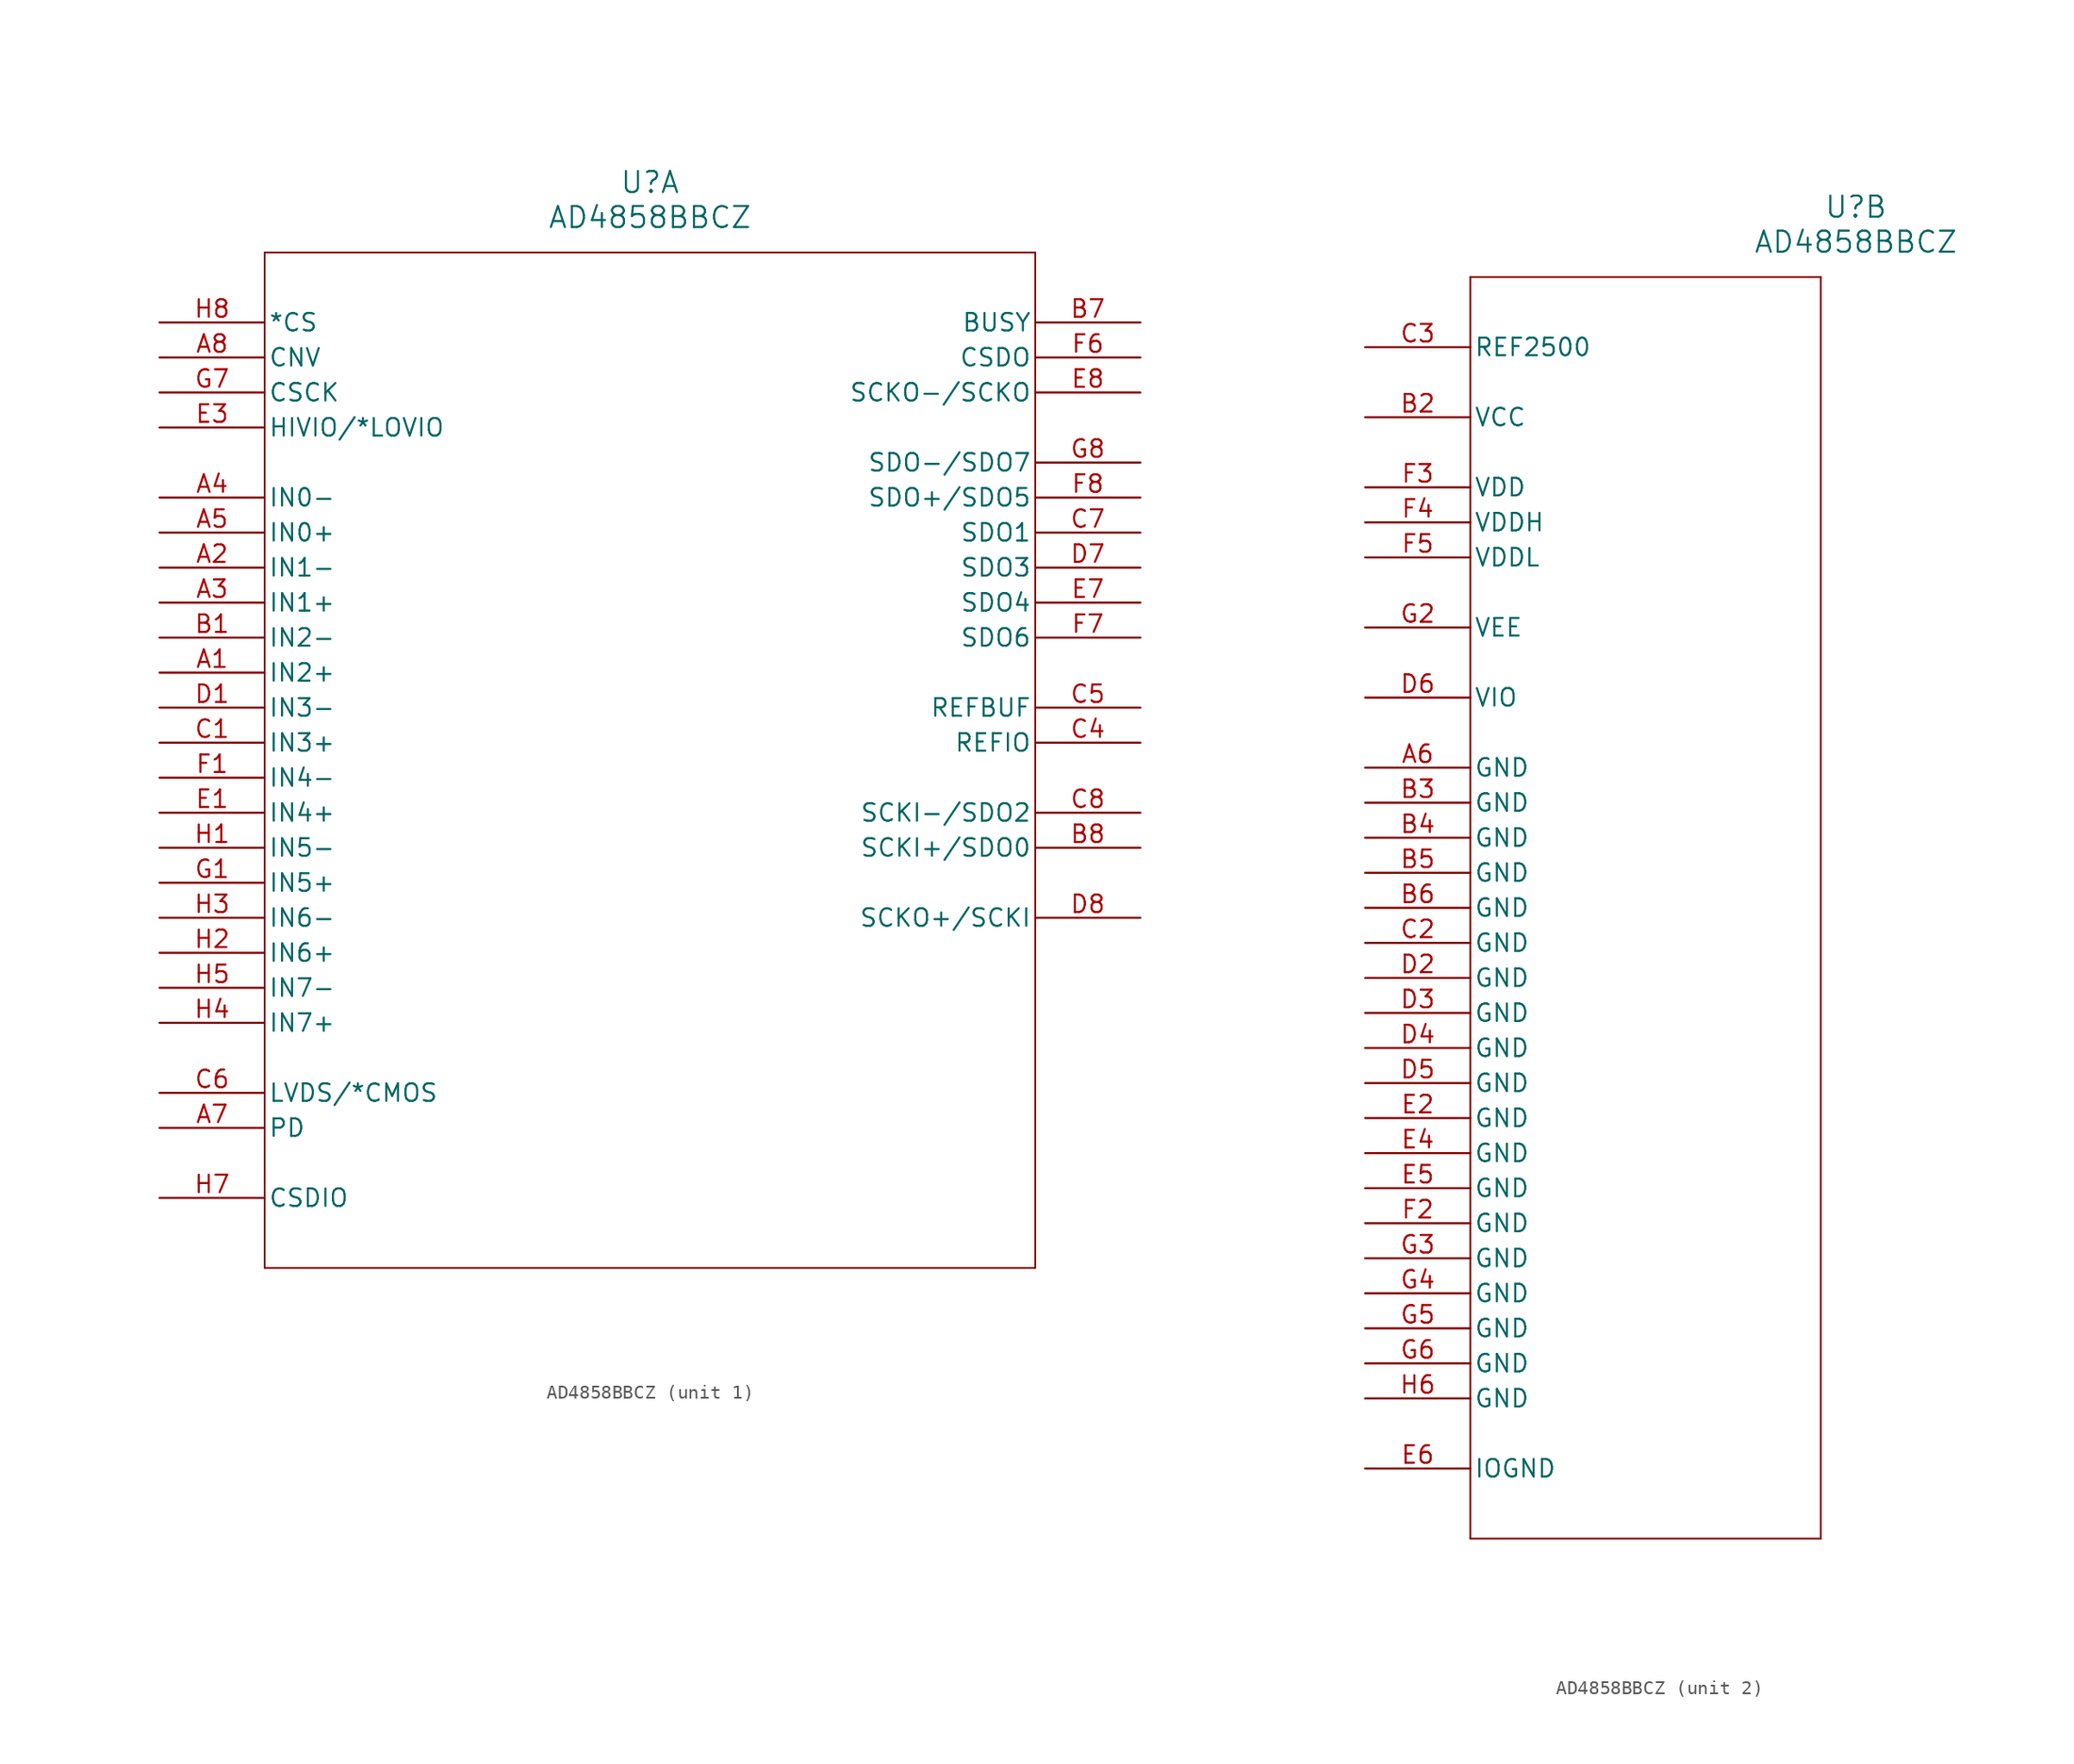
<source format=kicad_sym>
(kicad_symbol_lib
  (version 20211014)
  (generator kicad_symbol_editor)
  (symbol "AD4858BBCZ"
    (pin_names
      (offset 0.254))
    (property "Reference" "U"
      (at 35.56 10.16 0)
      (effects (font (size 1.524 1.524))))
    (property "Value" "AD4858BBCZ"
      (at 35.56 7.62 0)
      (effects (font (size 1.524 1.524))))
    (symbol "AD4858BBCZ_1_1"
      (polyline (pts (xy 7.62 5.08) (xy 7.62 -68.58)) (stroke (width 0.127) (type default) (color 0 0 0 0)) (fill (type none)))
      (polyline (pts (xy 7.62 -68.58) (xy 63.5 -68.58)) (stroke (width 0.127) (type default) (color 0 0 0 0)) (fill (type none)))
      (polyline (pts (xy 63.5 -68.58) (xy 63.5 5.08)) (stroke (width 0.127) (type default) (color 0 0 0 0)) (fill (type none)))
      (polyline (pts (xy 63.5 5.08) (xy 7.62 5.08)) (stroke (width 0.127) (type default) (color 0 0 0 0)) (fill (type none)))
      (pin input line (at 0 -25.4 0) (length 7.62) (name "IN2+" (effects (font (size 1.27 1.27)))) (number "A1" (effects (font (size 1.27 1.27)))))
      (pin input line (at 0 -17.78 0) (length 7.62) (name "IN1-" (effects (font (size 1.27 1.27)))) (number "A2" (effects (font (size 1.27 1.27)))))
      (pin input line (at 0 -20.32 0) (length 7.62) (name "IN1+" (effects (font (size 1.27 1.27)))) (number "A3" (effects (font (size 1.27 1.27)))))
      (pin input line (at 0 -12.7 0) (length 7.62) (name "IN0-" (effects (font (size 1.27 1.27)))) (number "A4" (effects (font (size 1.27 1.27)))))
      (pin input line (at 0 -15.24 0) (length 7.62) (name "IN0+" (effects (font (size 1.27 1.27)))) (number "A5" (effects (font (size 1.27 1.27)))))
      (pin input line (at 0 -58.42 0) (length 7.62) (name "PD" (effects (font (size 1.27 1.27)))) (number "A7" (effects (font (size 1.27 1.27)))))
      (pin input line (at 0 -2.54 0) (length 7.62) (name "CNV" (effects (font (size 1.27 1.27)))) (number "A8" (effects (font (size 1.27 1.27)))))
      (pin input line (at 0 -22.86 0) (length 7.62) (name "IN2-" (effects (font (size 1.27 1.27)))) (number "B1" (effects (font (size 1.27 1.27)))))
      (pin output line (at 71.12 0 180) (length 7.62) (name "BUSY" (effects (font (size 1.27 1.27)))) (number "B7" (effects (font (size 1.27 1.27)))))
      (pin bidirectional line (at 71.12 -38.1 180) (length 7.62) (name "SCKI+/SDO0" (effects (font (size 1.27 1.27)))) (number "B8" (effects (font (size 1.27 1.27)))))
      (pin input line (at 0 -30.48 0) (length 7.62) (name "IN3+" (effects (font (size 1.27 1.27)))) (number "C1" (effects (font (size 1.27 1.27)))))
      (pin bidirectional line (at 71.12 -30.48 180) (length 7.62) (name "REFIO" (effects (font (size 1.27 1.27)))) (number "C4" (effects (font (size 1.27 1.27)))))
      (pin bidirectional line (at 71.12 -27.94 180) (length 7.62) (name "REFBUF" (effects (font (size 1.27 1.27)))) (number "C5" (effects (font (size 1.27 1.27)))))
      (pin input line (at 0 -55.88 0) (length 7.62) (name "LVDS/*CMOS" (effects (font (size 1.27 1.27)))) (number "C6" (effects (font (size 1.27 1.27)))))
      (pin output line (at 71.12 -15.24 180) (length 7.62) (name "SDO1" (effects (font (size 1.27 1.27)))) (number "C7" (effects (font (size 1.27 1.27)))))
      (pin bidirectional line (at 71.12 -35.56 180) (length 7.62) (name "SCKI-/SDO2" (effects (font (size 1.27 1.27)))) (number "C8" (effects (font (size 1.27 1.27)))))
      (pin input line (at 0 -27.94 0) (length 7.62) (name "IN3-" (effects (font (size 1.27 1.27)))) (number "D1" (effects (font (size 1.27 1.27)))))
      (pin output line (at 71.12 -17.78 180) (length 7.62) (name "SDO3" (effects (font (size 1.27 1.27)))) (number "D7" (effects (font (size 1.27 1.27)))))
      (pin bidirectional line (at 71.12 -43.18 180) (length 7.62) (name "SCKO+/SCKI" (effects (font (size 1.27 1.27)))) (number "D8" (effects (font (size 1.27 1.27)))))
      (pin input line (at 0 -35.56 0) (length 7.62) (name "IN4+" (effects (font (size 1.27 1.27)))) (number "E1" (effects (font (size 1.27 1.27)))))
      (pin input line (at 0 -7.62 0) (length 7.62) (name "HIVIO/*LOVIO" (effects (font (size 1.27 1.27)))) (number "E3" (effects (font (size 1.27 1.27)))))
      (pin output line (at 71.12 -20.32 180) (length 7.62) (name "SDO4" (effects (font (size 1.27 1.27)))) (number "E7" (effects (font (size 1.27 1.27)))))
      (pin output line (at 71.12 -5.08 180) (length 7.62) (name "SCKO-/SCKO" (effects (font (size 1.27 1.27)))) (number "E8" (effects (font (size 1.27 1.27)))))
      (pin input line (at 0 -33.02 0) (length 7.62) (name "IN4-" (effects (font (size 1.27 1.27)))) (number "F1" (effects (font (size 1.27 1.27)))))
      (pin output line (at 71.12 -2.54 180) (length 7.62) (name "CSDO" (effects (font (size 1.27 1.27)))) (number "F6" (effects (font (size 1.27 1.27)))))
      (pin output line (at 71.12 -22.86 180) (length 7.62) (name "SDO6" (effects (font (size 1.27 1.27)))) (number "F7" (effects (font (size 1.27 1.27)))))
      (pin output line (at 71.12 -12.7 180) (length 7.62) (name "SDO+/SDO5" (effects (font (size 1.27 1.27)))) (number "F8" (effects (font (size 1.27 1.27)))))
      (pin input line (at 0 -40.64 0) (length 7.62) (name "IN5+" (effects (font (size 1.27 1.27)))) (number "G1" (effects (font (size 1.27 1.27)))))
      (pin input line (at 0 -5.08 0) (length 7.62) (name "CSCK" (effects (font (size 1.27 1.27)))) (number "G7" (effects (font (size 1.27 1.27)))))
      (pin output line (at 71.12 -10.16 180) (length 7.62) (name "SDO-/SDO7" (effects (font (size 1.27 1.27)))) (number "G8" (effects (font (size 1.27 1.27)))))
      (pin input line (at 0 -38.1 0) (length 7.62) (name "IN5-" (effects (font (size 1.27 1.27)))) (number "H1" (effects (font (size 1.27 1.27)))))
      (pin input line (at 0 -45.72 0) (length 7.62) (name "IN6+" (effects (font (size 1.27 1.27)))) (number "H2" (effects (font (size 1.27 1.27)))))
      (pin input line (at 0 -43.18 0) (length 7.62) (name "IN6-" (effects (font (size 1.27 1.27)))) (number "H3" (effects (font (size 1.27 1.27)))))
      (pin input line (at 0 -50.8 0) (length 7.62) (name "IN7+" (effects (font (size 1.27 1.27)))) (number "H4" (effects (font (size 1.27 1.27)))))
      (pin input line (at 0 -48.26 0) (length 7.62) (name "IN7-" (effects (font (size 1.27 1.27)))) (number "H5" (effects (font (size 1.27 1.27)))))
      (pin bidirectional line (at 0 -63.5 0) (length 7.62) (name "CSDIO" (effects (font (size 1.27 1.27)))) (number "H7" (effects (font (size 1.27 1.27)))))
      (pin input line (at 0 0 0) (length 7.62) (name "*CS" (effects (font (size 1.27 1.27)))) (number "H8" (effects (font (size 1.27 1.27))))))
    (symbol "AD4858BBCZ_2_1"
      (polyline (pts (xy 7.62 5.08) (xy 7.62 -86.36)) (stroke (width 0.127) (type default) (color 0 0 0 0)) (fill (type none)))
      (polyline (pts (xy 7.62 -86.36) (xy 33.02 -86.36)) (stroke (width 0.127) (type default) (color 0 0 0 0)) (fill (type none)))
      (polyline (pts (xy 33.02 -86.36) (xy 33.02 5.08)) (stroke (width 0.127) (type default) (color 0 0 0 0)) (fill (type none)))
      (polyline (pts (xy 33.02 5.08) (xy 7.62 5.08)) (stroke (width 0.127) (type default) (color 0 0 0 0)) (fill (type none)))
      (pin power_out line (at 0 -30.48 0) (length 7.62) (name "GND" (effects (font (size 1.27 1.27)))) (number "A6" (effects (font (size 1.27 1.27)))))
      (pin power_in line (at 0 -5.08 0) (length 7.62) (name "VCC" (effects (font (size 1.27 1.27)))) (number "B2" (effects (font (size 1.27 1.27)))))
      (pin power_out line (at 0 -33.02 0) (length 7.62) (name "GND" (effects (font (size 1.27 1.27)))) (number "B3" (effects (font (size 1.27 1.27)))))
      (pin power_out line (at 0 -35.56 0) (length 7.62) (name "GND" (effects (font (size 1.27 1.27)))) (number "B4" (effects (font (size 1.27 1.27)))))
      (pin power_out line (at 0 -38.1 0) (length 7.62) (name "GND" (effects (font (size 1.27 1.27)))) (number "B5" (effects (font (size 1.27 1.27)))))
      (pin power_out line (at 0 -40.64 0) (length 7.62) (name "GND" (effects (font (size 1.27 1.27)))) (number "B6" (effects (font (size 1.27 1.27)))))
      (pin power_out line (at 0 -43.18 0) (length 7.62) (name "GND" (effects (font (size 1.27 1.27)))) (number "C2" (effects (font (size 1.27 1.27)))))
      (pin power_in line (at 0 0 0) (length 7.62) (name "REF2500" (effects (font (size 1.27 1.27)))) (number "C3" (effects (font (size 1.27 1.27)))))
      (pin power_out line (at 0 -45.72 0) (length 7.62) (name "GND" (effects (font (size 1.27 1.27)))) (number "D2" (effects (font (size 1.27 1.27)))))
      (pin power_out line (at 0 -48.26 0) (length 7.62) (name "GND" (effects (font (size 1.27 1.27)))) (number "D3" (effects (font (size 1.27 1.27)))))
      (pin power_out line (at 0 -50.8 0) (length 7.62) (name "GND" (effects (font (size 1.27 1.27)))) (number "D4" (effects (font (size 1.27 1.27)))))
      (pin power_out line (at 0 -53.34 0) (length 7.62) (name "GND" (effects (font (size 1.27 1.27)))) (number "D5" (effects (font (size 1.27 1.27)))))
      (pin power_in line (at 0 -25.4 0) (length 7.62) (name "VIO" (effects (font (size 1.27 1.27)))) (number "D6" (effects (font (size 1.27 1.27)))))
      (pin power_out line (at 0 -55.88 0) (length 7.62) (name "GND" (effects (font (size 1.27 1.27)))) (number "E2" (effects (font (size 1.27 1.27)))))
      (pin power_out line (at 0 -58.42 0) (length 7.62) (name "GND" (effects (font (size 1.27 1.27)))) (number "E4" (effects (font (size 1.27 1.27)))))
      (pin power_out line (at 0 -60.96 0) (length 7.62) (name "GND" (effects (font (size 1.27 1.27)))) (number "E5" (effects (font (size 1.27 1.27)))))
      (pin power_out line (at 0 -81.28 0) (length 7.62) (name "IOGND" (effects (font (size 1.27 1.27)))) (number "E6" (effects (font (size 1.27 1.27)))))
      (pin power_out line (at 0 -63.5 0) (length 7.62) (name "GND" (effects (font (size 1.27 1.27)))) (number "F2" (effects (font (size 1.27 1.27)))))
      (pin power_in line (at 0 -10.16 0) (length 7.62) (name "VDD" (effects (font (size 1.27 1.27)))) (number "F3" (effects (font (size 1.27 1.27)))))
      (pin power_in line (at 0 -12.7 0) (length 7.62) (name "VDDH" (effects (font (size 1.27 1.27)))) (number "F4" (effects (font (size 1.27 1.27)))))
      (pin power_in line (at 0 -15.24 0) (length 7.62) (name "VDDL" (effects (font (size 1.27 1.27)))) (number "F5" (effects (font (size 1.27 1.27)))))
      (pin power_in line (at 0 -20.32 0) (length 7.62) (name "VEE" (effects (font (size 1.27 1.27)))) (number "G2" (effects (font (size 1.27 1.27)))))
      (pin power_out line (at 0 -66.04 0) (length 7.62) (name "GND" (effects (font (size 1.27 1.27)))) (number "G3" (effects (font (size 1.27 1.27)))))
      (pin power_out line (at 0 -68.58 0) (length 7.62) (name "GND" (effects (font (size 1.27 1.27)))) (number "G4" (effects (font (size 1.27 1.27)))))
      (pin power_out line (at 0 -71.12 0) (length 7.62) (name "GND" (effects (font (size 1.27 1.27)))) (number "G5" (effects (font (size 1.27 1.27)))))
      (pin power_out line (at 0 -73.66 0) (length 7.62) (name "GND" (effects (font (size 1.27 1.27)))) (number "G6" (effects (font (size 1.27 1.27)))))
      (pin power_out line (at 0 -76.2 0) (length 7.62) (name "GND" (effects (font (size 1.27 1.27)))) (number "H6" (effects (font (size 1.27 1.27))))))))
</source>
